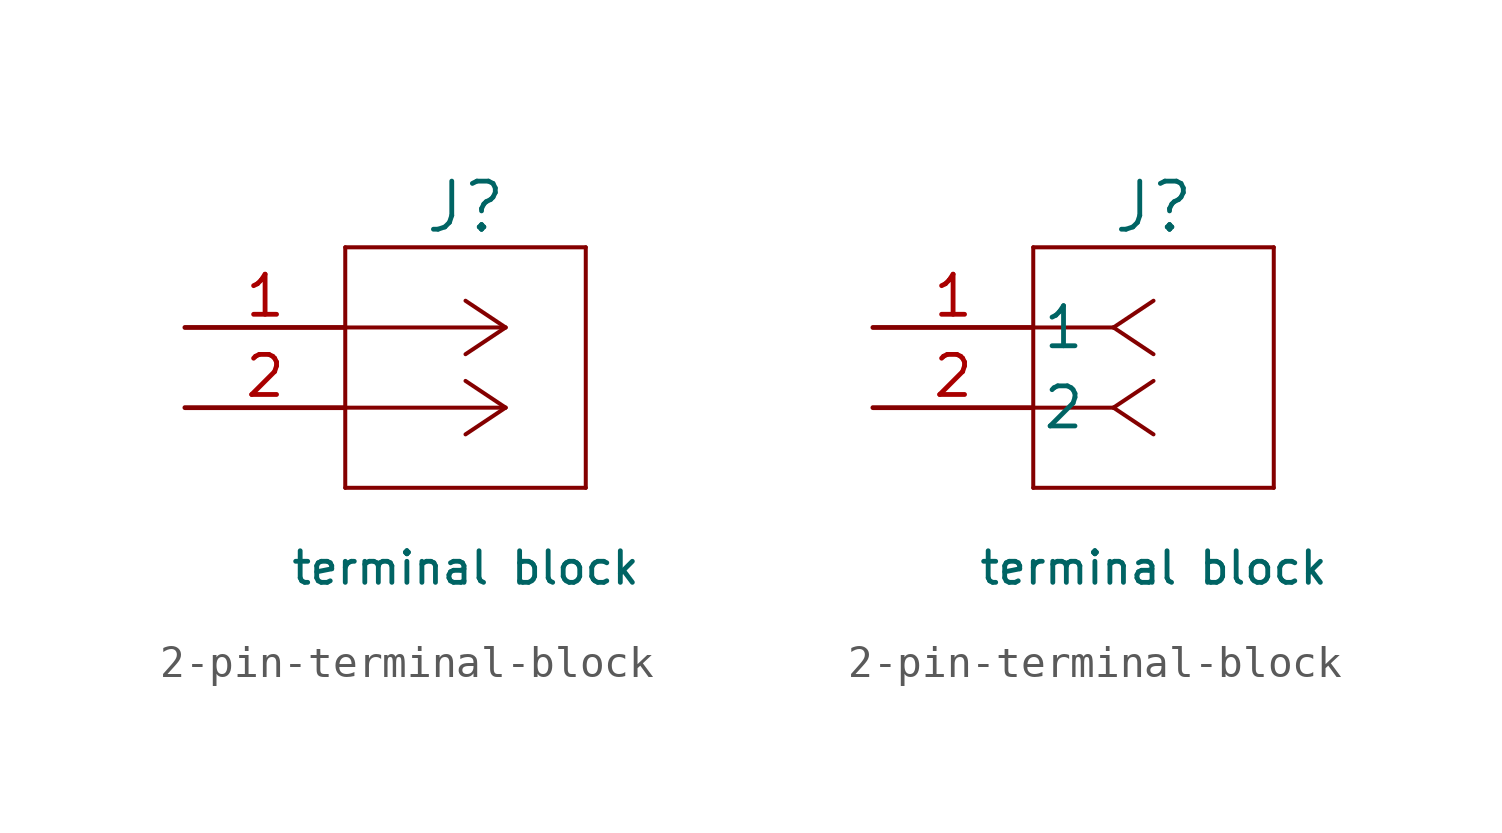
<source format=kicad_sym>
(kicad_symbol_lib
  (version 20220914)
  (generator kicad_symbol_editor)
  (symbol "2-pin-terminal-block"
    (pin_names
      (offset 0.254))
    (property "Reference" "J"
      (at 8.89 3.81 0)
      (effects (font (size 1.524 1.524))))
    (property "Value" "terminal block"
      (at 8.89 -7.62 0)
      (effects (font (size 1 1))))
    (property "ki_locked" ""
      (at 0 0 0)
      (effects (font (size 1.27 1.27))))
    (symbol "2-pin-terminal-block_1_1"
      (polyline (pts (xy 5.08 -5.08) (xy 12.7 -5.08)) (stroke (width 0.127) (type default)) (fill (type none)))
      (polyline (pts (xy 5.08 2.54) (xy 5.08 -5.08)) (stroke (width 0.127) (type default)) (fill (type none)))
      (polyline (pts (xy 10.16 -2.54) (xy 5.08 -2.54)) (stroke (width 0.127) (type default)) (fill (type none)))
      (polyline (pts (xy 10.16 -2.54) (xy 8.89 -3.387)) (stroke (width 0.127) (type default)) (fill (type none)))
      (polyline (pts (xy 10.16 -2.54) (xy 8.89 -1.693)) (stroke (width 0.127) (type default)) (fill (type none)))
      (polyline (pts (xy 10.16 0) (xy 5.08 0)) (stroke (width 0.127) (type default)) (fill (type none)))
      (polyline (pts (xy 10.16 0) (xy 8.89 -0.847)) (stroke (width 0.127) (type default)) (fill (type none)))
      (polyline (pts (xy 10.16 0) (xy 8.89 0.847)) (stroke (width 0.127) (type default)) (fill (type none)))
      (polyline (pts (xy 12.7 -5.08) (xy 12.7 2.54)) (stroke (width 0.127) (type default)) (fill (type none)))
      (polyline (pts (xy 12.7 2.54) (xy 5.08 2.54)) (stroke (width 0.127) (type default)) (fill (type none)))
      (pin unspecified line (at 0 0 0) (length 5.08) (name "" (effects (font (size 1.27 1.27)))) (number "1" (effects (font (size 1.27 1.27)))))
      (pin unspecified line (at 0 -2.54 0) (length 5.08) (name "" (effects (font (size 1.27 1.27)))) (number "2" (effects (font (size 1.27 1.27))))))
    (symbol "2-pin-terminal-block_1_2"
      (polyline (pts (xy 5.08 -5.08) (xy 12.7 -5.08)) (stroke (width 0.127) (type default)) (fill (type none)))
      (polyline (pts (xy 5.08 2.54) (xy 5.08 -5.08)) (stroke (width 0.127) (type default)) (fill (type none)))
      (polyline (pts (xy 7.62 -2.54) (xy 5.08 -2.54)) (stroke (width 0.127) (type default)) (fill (type none)))
      (polyline (pts (xy 7.62 -2.54) (xy 8.89 -3.387)) (stroke (width 0.127) (type default)) (fill (type none)))
      (polyline (pts (xy 7.62 -2.54) (xy 8.89 -1.693)) (stroke (width 0.127) (type default)) (fill (type none)))
      (polyline (pts (xy 7.62 0) (xy 5.08 0)) (stroke (width 0.127) (type default)) (fill (type none)))
      (polyline (pts (xy 7.62 0) (xy 8.89 -0.847)) (stroke (width 0.127) (type default)) (fill (type none)))
      (polyline (pts (xy 7.62 0) (xy 8.89 0.847)) (stroke (width 0.127) (type default)) (fill (type none)))
      (polyline (pts (xy 12.7 -5.08) (xy 12.7 2.54)) (stroke (width 0.127) (type default)) (fill (type none)))
      (polyline (pts (xy 12.7 2.54) (xy 5.08 2.54)) (stroke (width 0.127) (type default)) (fill (type none)))
      (pin unspecified line (at 0 0 0) (length 5.08) (name "1" (effects (font (size 1.27 1.27)))) (number "1" (effects (font (size 1.27 1.27)))))
      (pin unspecified line (at 0 -2.54 0) (length 5.08) (name "2" (effects (font (size 1.27 1.27)))) (number "2" (effects (font (size 1.27 1.27))))))))
</source>
